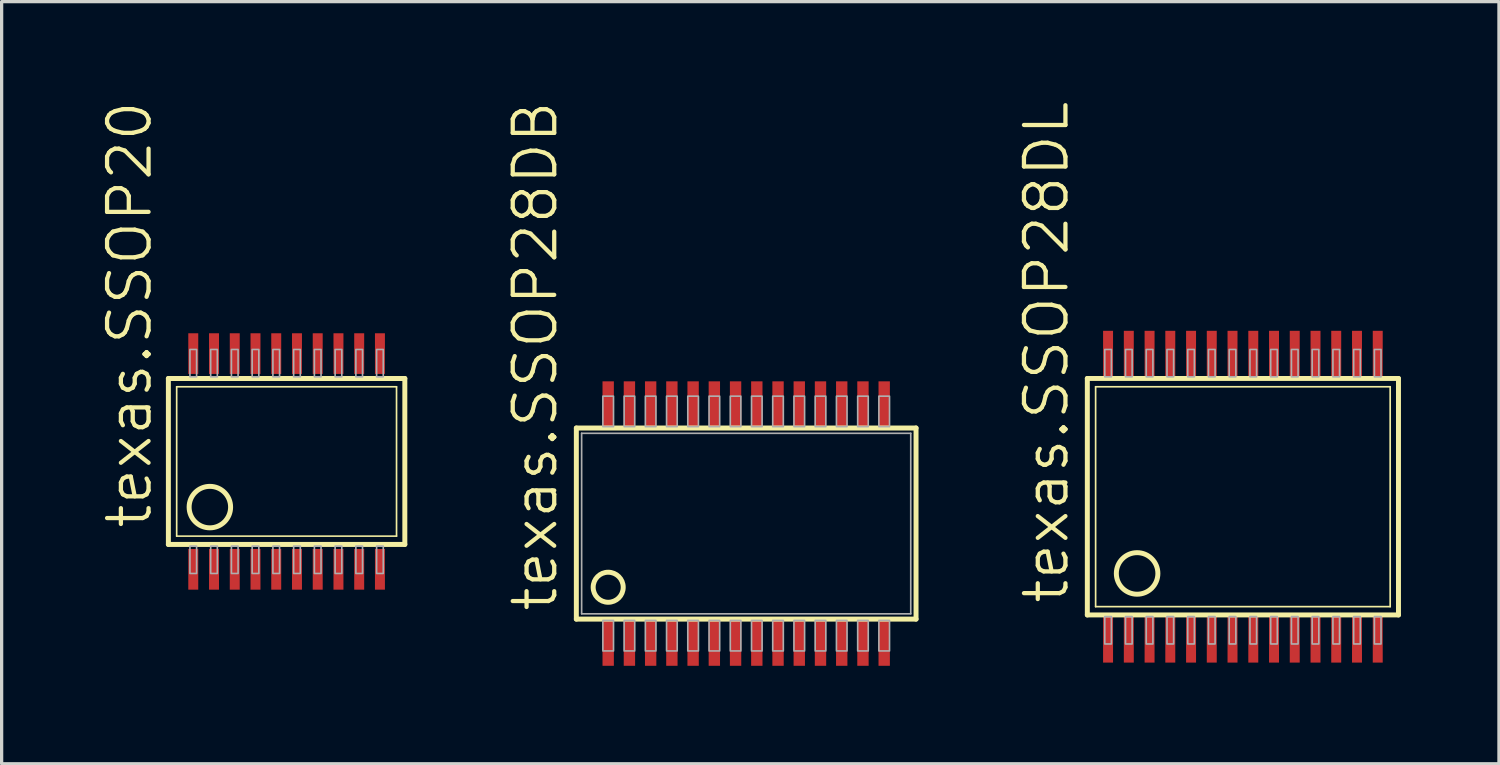
<source format=kicad_pcb>
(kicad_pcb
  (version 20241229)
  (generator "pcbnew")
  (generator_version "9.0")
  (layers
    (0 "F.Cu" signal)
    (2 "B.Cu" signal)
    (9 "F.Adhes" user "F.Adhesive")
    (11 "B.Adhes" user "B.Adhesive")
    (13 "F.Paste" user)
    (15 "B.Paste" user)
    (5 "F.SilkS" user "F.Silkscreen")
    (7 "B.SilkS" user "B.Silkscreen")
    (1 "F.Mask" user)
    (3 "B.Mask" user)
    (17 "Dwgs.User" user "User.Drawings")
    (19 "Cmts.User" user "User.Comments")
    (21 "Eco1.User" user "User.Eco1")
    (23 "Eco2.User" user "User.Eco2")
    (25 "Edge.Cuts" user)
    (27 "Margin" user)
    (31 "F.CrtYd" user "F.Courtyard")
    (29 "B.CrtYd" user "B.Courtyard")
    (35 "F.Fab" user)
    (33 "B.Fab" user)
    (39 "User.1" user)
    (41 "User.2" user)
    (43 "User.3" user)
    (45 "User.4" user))
  (footprint "texas.SSOP28DB"
    (layer "F.Cu")
    (at 19.795 12.979)
    (property "Reference" "texas.SSOP28DB" (at -5.715 2.76 90) (layer "F.SilkS") (effects (font (size 1.27 1.27) (thickness 0.13)) (justify left bottom)))
    (attr smd)
    (fp_line (start -5.2 -2.925) (end 5.2 -2.925) (stroke (width 0.152) (type default)) (layer "F.SilkS"))
    (fp_line (start -5.2 2.925) (end -5.2 -2.925) (stroke (width 0.152) (type default)) (layer "F.SilkS"))
    (fp_line (start 5.2 -2.925) (end 5.2 2.925) (stroke (width 0.152) (type default)) (layer "F.SilkS"))
    (fp_line (start 5.2 2.925) (end -5.2 2.925) (stroke (width 0.152) (type default)) (layer "F.SilkS"))
    (fp_circle (center -4.225 1.95) (end -3.765 1.95) (stroke (width 0.152) (type default)) (fill no) (layer "F.SilkS"))
    (fp_line (start -5.038 -2.763) (end 5.038 -2.763) (stroke (width 0.051) (type default)) (layer "F.Fab"))
    (fp_line (start -5.038 2.763) (end -5.038 -2.763) (stroke (width 0.051) (type default)) (layer "F.Fab"))
    (fp_line (start 5.038 -2.763) (end 5.038 2.763) (stroke (width 0.051) (type default)) (layer "F.Fab"))
    (fp_line (start 5.038 2.763) (end -5.038 2.763) (stroke (width 0.051) (type default)) (layer "F.Fab"))
    (fp_rect (start -4.388 -2.966) (end -4.062 -3.9) (stroke (width 0.05) (type default)) (fill no) (layer "F.Fab"))
    (fp_rect (start -4.388 3.9) (end -4.062 2.966) (stroke (width 0.05) (type default)) (fill no) (layer "F.Fab"))
    (fp_rect (start -3.737 -2.966) (end -3.413 -3.9) (stroke (width 0.05) (type default)) (fill no) (layer "F.Fab"))
    (fp_rect (start -3.737 3.9) (end -3.413 2.966) (stroke (width 0.05) (type default)) (fill no) (layer "F.Fab"))
    (fp_rect (start -3.087 -2.966) (end -2.763 -3.9) (stroke (width 0.05) (type default)) (fill no) (layer "F.Fab"))
    (fp_rect (start -3.087 3.9) (end -2.763 2.966) (stroke (width 0.05) (type default)) (fill no) (layer "F.Fab"))
    (fp_rect (start -2.438 -2.966) (end -2.112 -3.9) (stroke (width 0.05) (type default)) (fill no) (layer "F.Fab"))
    (fp_rect (start -2.438 3.9) (end -2.112 2.966) (stroke (width 0.05) (type default)) (fill no) (layer "F.Fab"))
    (fp_rect (start -1.788 -2.966) (end -1.462 -3.9) (stroke (width 0.05) (type default)) (fill no) (layer "F.Fab"))
    (fp_rect (start -1.788 3.9) (end -1.462 2.966) (stroke (width 0.05) (type default)) (fill no) (layer "F.Fab"))
    (fp_rect (start -1.137 -2.966) (end -0.812 -3.9) (stroke (width 0.05) (type default)) (fill no) (layer "F.Fab"))
    (fp_rect (start -1.137 3.9) (end -0.812 2.966) (stroke (width 0.05) (type default)) (fill no) (layer "F.Fab"))
    (fp_rect (start -0.487 -2.966) (end -0.163 -3.9) (stroke (width 0.05) (type default)) (fill no) (layer "F.Fab"))
    (fp_rect (start -0.487 3.9) (end -0.163 2.966) (stroke (width 0.05) (type default)) (fill no) (layer "F.Fab"))
    (fp_rect (start 0.163 -2.966) (end 0.487 -3.9) (stroke (width 0.05) (type default)) (fill no) (layer "F.Fab"))
    (fp_rect (start 0.163 3.9) (end 0.487 2.966) (stroke (width 0.05) (type default)) (fill no) (layer "F.Fab"))
    (fp_rect (start 0.812 -2.966) (end 1.137 -3.9) (stroke (width 0.05) (type default)) (fill no) (layer "F.Fab"))
    (fp_rect (start 0.812 3.9) (end 1.137 2.966) (stroke (width 0.05) (type default)) (fill no) (layer "F.Fab"))
    (fp_rect (start 1.462 -2.966) (end 1.788 -3.9) (stroke (width 0.05) (type default)) (fill no) (layer "F.Fab"))
    (fp_rect (start 1.462 3.9) (end 1.788 2.966) (stroke (width 0.05) (type default)) (fill no) (layer "F.Fab"))
    (fp_rect (start 2.112 -2.966) (end 2.438 -3.9) (stroke (width 0.05) (type default)) (fill no) (layer "F.Fab"))
    (fp_rect (start 2.112 3.9) (end 2.438 2.966) (stroke (width 0.05) (type default)) (fill no) (layer "F.Fab"))
    (fp_rect (start 2.763 -2.966) (end 3.087 -3.9) (stroke (width 0.05) (type default)) (fill no) (layer "F.Fab"))
    (fp_rect (start 2.763 3.9) (end 3.087 2.966) (stroke (width 0.05) (type default)) (fill no) (layer "F.Fab"))
    (fp_rect (start 3.413 -2.966) (end 3.737 -3.9) (stroke (width 0.05) (type default)) (fill no) (layer "F.Fab"))
    (fp_rect (start 3.413 3.9) (end 3.737 2.966) (stroke (width 0.05) (type default)) (fill no) (layer "F.Fab"))
    (fp_rect (start 4.062 -2.966) (end 4.388 -3.9) (stroke (width 0.05) (type default)) (fill no) (layer "F.Fab"))
    (fp_rect (start 4.062 3.9) (end 4.388 2.966) (stroke (width 0.05) (type default)) (fill no) (layer "F.Fab"))
    (pad "1" smd roundrect (at -4.225 3.656) (size 0.348 1.397) (layers "F.Cu" "F.Mask" "F.Paste") (roundrect_rratio 0.01))
    (pad "2" smd roundrect (at -3.575 3.656) (size 0.348 1.397) (layers "F.Cu" "F.Mask" "F.Paste") (roundrect_rratio 0.01))
    (pad "3" smd roundrect (at -2.925 3.656) (size 0.348 1.397) (layers "F.Cu" "F.Mask" "F.Paste") (roundrect_rratio 0.01))
    (pad "4" smd roundrect (at -2.275 3.656) (size 0.348 1.397) (layers "F.Cu" "F.Mask" "F.Paste") (roundrect_rratio 0.01))
    (pad "5" smd roundrect (at -1.625 3.656) (size 0.348 1.397) (layers "F.Cu" "F.Mask" "F.Paste") (roundrect_rratio 0.01))
    (pad "6" smd roundrect (at -0.975 3.656) (size 0.348 1.397) (layers "F.Cu" "F.Mask" "F.Paste") (roundrect_rratio 0.01))
    (pad "7" smd roundrect (at -0.325 3.656) (size 0.348 1.397) (layers "F.Cu" "F.Mask" "F.Paste") (roundrect_rratio 0.01))
    (pad "8" smd roundrect (at 0.325 3.656) (size 0.348 1.397) (layers "F.Cu" "F.Mask" "F.Paste") (roundrect_rratio 0.01))
    (pad "9" smd roundrect (at 0.975 3.656) (size 0.348 1.397) (layers "F.Cu" "F.Mask" "F.Paste") (roundrect_rratio 0.01))
    (pad "10" smd roundrect (at 1.625 3.656) (size 0.348 1.397) (layers "F.Cu" "F.Mask" "F.Paste") (roundrect_rratio 0.01))
    (pad "11" smd roundrect (at 2.275 3.656) (size 0.348 1.397) (layers "F.Cu" "F.Mask" "F.Paste") (roundrect_rratio 0.01))
    (pad "12" smd roundrect (at 2.925 3.656) (size 0.348 1.397) (layers "F.Cu" "F.Mask" "F.Paste") (roundrect_rratio 0.01))
    (pad "13" smd roundrect (at 3.575 3.656) (size 0.348 1.397) (layers "F.Cu" "F.Mask" "F.Paste") (roundrect_rratio 0.01))
    (pad "14" smd roundrect (at 4.225 3.656) (size 0.348 1.397) (layers "F.Cu" "F.Mask" "F.Paste") (roundrect_rratio 0.01))
    (pad "15" smd roundrect (at 4.225 -3.656) (size 0.348 1.397) (layers "F.Cu" "F.Mask" "F.Paste") (roundrect_rratio 0.01))
    (pad "16" smd roundrect (at 3.575 -3.656) (size 0.348 1.397) (layers "F.Cu" "F.Mask" "F.Paste") (roundrect_rratio 0.01))
    (pad "17" smd roundrect (at 2.925 -3.656) (size 0.348 1.397) (layers "F.Cu" "F.Mask" "F.Paste") (roundrect_rratio 0.01))
    (pad "18" smd roundrect (at 2.275 -3.656) (size 0.348 1.397) (layers "F.Cu" "F.Mask" "F.Paste") (roundrect_rratio 0.01))
    (pad "19" smd roundrect (at 1.625 -3.656) (size 0.348 1.397) (layers "F.Cu" "F.Mask" "F.Paste") (roundrect_rratio 0.01))
    (pad "20" smd roundrect (at 0.975 -3.656) (size 0.348 1.397) (layers "F.Cu" "F.Mask" "F.Paste") (roundrect_rratio 0.01))
    (pad "21" smd roundrect (at 0.325 -3.656) (size 0.348 1.397) (layers "F.Cu" "F.Mask" "F.Paste") (roundrect_rratio 0.01))
    (pad "22" smd roundrect (at -0.325 -3.656) (size 0.348 1.397) (layers "F.Cu" "F.Mask" "F.Paste") (roundrect_rratio 0.01))
    (pad "23" smd roundrect (at -0.975 -3.656) (size 0.348 1.397) (layers "F.Cu" "F.Mask" "F.Paste") (roundrect_rratio 0.01))
    (pad "24" smd roundrect (at -1.625 -3.656) (size 0.348 1.397) (layers "F.Cu" "F.Mask" "F.Paste") (roundrect_rratio 0.01))
    (pad "25" smd roundrect (at -2.275 -3.656) (size 0.348 1.397) (layers "F.Cu" "F.Mask" "F.Paste") (roundrect_rratio 0.01))
    (pad "26" smd roundrect (at -2.925 -3.656) (size 0.348 1.397) (layers "F.Cu" "F.Mask" "F.Paste") (roundrect_rratio 0.01))
    (pad "27" smd roundrect (at -3.575 -3.656) (size 0.348 1.397) (layers "F.Cu" "F.Mask" "F.Paste") (roundrect_rratio 0.01))
    (pad "28" smd roundrect (at -4.225 -3.656) (size 0.348 1.397) (layers "F.Cu" "F.Mask" "F.Paste") (roundrect_rratio 0.01)))
  (footprint "texas.SSOP20"
    (layer "F.Cu")
    (at 5.724 11.078)
    (property "Reference" "texas.SSOP20" (at -4.064 2.12 90) (layer "F.SilkS") (effects (font (size 1.27 1.27) (thickness 0.13)) (justify left bottom)))
    (attr smd)
    (fp_line (start -3.619 2.54) (end -3.619 -2.54) (stroke (width 0.152) (type default)) (layer "F.SilkS"))
    (fp_line (start -3.619 2.54) (end 3.62 2.54) (stroke (width 0.152) (type default)) (layer "F.SilkS"))
    (fp_line (start -3.365 2.286) (end -3.365 -2.286) (stroke (width 0.051) (type default)) (layer "F.SilkS"))
    (fp_line (start -3.365 2.286) (end 3.366 2.286) (stroke (width 0.051) (type default)) (layer "F.SilkS"))
    (fp_line (start 3.366 -2.286) (end -3.365 -2.286) (stroke (width 0.051) (type default)) (layer "F.SilkS"))
    (fp_line (start 3.366 -2.286) (end 3.366 2.286) (stroke (width 0.051) (type default)) (layer "F.SilkS"))
    (fp_line (start 3.62 -2.54) (end -3.619 -2.54) (stroke (width 0.152) (type default)) (layer "F.SilkS"))
    (fp_line (start 3.62 -2.54) (end 3.62 2.54) (stroke (width 0.152) (type default)) (layer "F.SilkS"))
    (fp_circle (center -2.349 1.397) (end -1.714 1.397) (stroke (width 0.152) (type default)) (fill no) (layer "F.SilkS"))
    (fp_rect (start -2.959 -2.591) (end -2.755 -3.429) (stroke (width 0.05) (type default)) (fill no) (layer "F.Fab"))
    (fp_rect (start -2.959 3.429) (end -2.755 2.591) (stroke (width 0.05) (type default)) (fill no) (layer "F.Fab"))
    (fp_rect (start -2.324 -2.591) (end -2.12 -3.429) (stroke (width 0.05) (type default)) (fill no) (layer "F.Fab"))
    (fp_rect (start -2.324 3.429) (end -2.12 2.591) (stroke (width 0.05) (type default)) (fill no) (layer "F.Fab"))
    (fp_rect (start -1.689 -2.591) (end -1.485 -3.429) (stroke (width 0.05) (type default)) (fill no) (layer "F.Fab"))
    (fp_rect (start -1.689 3.429) (end -1.485 2.591) (stroke (width 0.05) (type default)) (fill no) (layer "F.Fab"))
    (fp_rect (start -1.054 -2.591) (end -0.85 -3.429) (stroke (width 0.05) (type default)) (fill no) (layer "F.Fab"))
    (fp_rect (start -1.054 3.429) (end -0.85 2.591) (stroke (width 0.05) (type default)) (fill no) (layer "F.Fab"))
    (fp_rect (start -0.419 -2.591) (end -0.215 -3.429) (stroke (width 0.05) (type default)) (fill no) (layer "F.Fab"))
    (fp_rect (start -0.419 3.429) (end -0.215 2.591) (stroke (width 0.05) (type default)) (fill no) (layer "F.Fab"))
    (fp_rect (start 0.216 -2.591) (end 0.42 -3.429) (stroke (width 0.05) (type default)) (fill no) (layer "F.Fab"))
    (fp_rect (start 0.216 3.429) (end 0.42 2.591) (stroke (width 0.05) (type default)) (fill no) (layer "F.Fab"))
    (fp_rect (start 0.851 -2.591) (end 1.055 -3.429) (stroke (width 0.05) (type default)) (fill no) (layer "F.Fab"))
    (fp_rect (start 0.851 3.429) (end 1.055 2.591) (stroke (width 0.05) (type default)) (fill no) (layer "F.Fab"))
    (fp_rect (start 1.486 -2.591) (end 1.69 -3.429) (stroke (width 0.05) (type default)) (fill no) (layer "F.Fab"))
    (fp_rect (start 1.486 3.429) (end 1.69 2.591) (stroke (width 0.05) (type default)) (fill no) (layer "F.Fab"))
    (fp_rect (start 2.121 -2.591) (end 2.325 -3.429) (stroke (width 0.05) (type default)) (fill no) (layer "F.Fab"))
    (fp_rect (start 2.121 3.429) (end 2.325 2.591) (stroke (width 0.05) (type default)) (fill no) (layer "F.Fab"))
    (fp_rect (start 2.756 -2.591) (end 2.96 -3.429) (stroke (width 0.05) (type default)) (fill no) (layer "F.Fab"))
    (fp_rect (start 2.756 3.429) (end 2.96 2.591) (stroke (width 0.05) (type default)) (fill no) (layer "F.Fab"))
    (pad "1" smd roundrect (at -2.857 3.302) (size 0.305 1.245) (layers "F.Cu" "F.Mask" "F.Paste") (roundrect_rratio 0.01))
    (pad "2" smd roundrect (at -2.222 3.302) (size 0.305 1.245) (layers "F.Cu" "F.Mask" "F.Paste") (roundrect_rratio 0.01))
    (pad "3" smd roundrect (at -1.587 3.302) (size 0.305 1.245) (layers "F.Cu" "F.Mask" "F.Paste") (roundrect_rratio 0.01))
    (pad "4" smd roundrect (at -0.952 3.302) (size 0.305 1.245) (layers "F.Cu" "F.Mask" "F.Paste") (roundrect_rratio 0.01))
    (pad "5" smd roundrect (at -0.317 3.302) (size 0.305 1.245) (layers "F.Cu" "F.Mask" "F.Paste") (roundrect_rratio 0.01))
    (pad "6" smd roundrect (at 0.318 3.302) (size 0.305 1.245) (layers "F.Cu" "F.Mask" "F.Paste") (roundrect_rratio 0.01))
    (pad "7" smd roundrect (at 0.953 3.302) (size 0.305 1.245) (layers "F.Cu" "F.Mask" "F.Paste") (roundrect_rratio 0.01))
    (pad "8" smd roundrect (at 1.588 3.302) (size 0.305 1.245) (layers "F.Cu" "F.Mask" "F.Paste") (roundrect_rratio 0.01))
    (pad "9" smd roundrect (at 2.223 3.302) (size 0.305 1.245) (layers "F.Cu" "F.Mask" "F.Paste") (roundrect_rratio 0.01))
    (pad "10" smd roundrect (at 2.858 3.302) (size 0.305 1.245) (layers "F.Cu" "F.Mask" "F.Paste") (roundrect_rratio 0.01))
    (pad "11" smd roundrect (at 2.858 -3.302) (size 0.305 1.245) (layers "F.Cu" "F.Mask" "F.Paste") (roundrect_rratio 0.01))
    (pad "12" smd roundrect (at 2.223 -3.302) (size 0.305 1.245) (layers "F.Cu" "F.Mask" "F.Paste") (roundrect_rratio 0.01))
    (pad "13" smd roundrect (at 1.588 -3.302) (size 0.305 1.245) (layers "F.Cu" "F.Mask" "F.Paste") (roundrect_rratio 0.01))
    (pad "14" smd roundrect (at 0.953 -3.302) (size 0.305 1.245) (layers "F.Cu" "F.Mask" "F.Paste") (roundrect_rratio 0.01))
    (pad "15" smd roundrect (at 0.318 -3.302) (size 0.305 1.245) (layers "F.Cu" "F.Mask" "F.Paste") (roundrect_rratio 0.01))
    (pad "16" smd roundrect (at -0.317 -3.302) (size 0.305 1.245) (layers "F.Cu" "F.Mask" "F.Paste") (roundrect_rratio 0.01))
    (pad "17" smd roundrect (at -0.952 -3.302) (size 0.305 1.245) (layers "F.Cu" "F.Mask" "F.Paste") (roundrect_rratio 0.01))
    (pad "18" smd roundrect (at -1.587 -3.302) (size 0.305 1.245) (layers "F.Cu" "F.Mask" "F.Paste") (roundrect_rratio 0.01))
    (pad "19" smd roundrect (at -2.222 -3.302) (size 0.305 1.245) (layers "F.Cu" "F.Mask" "F.Paste") (roundrect_rratio 0.01))
    (pad "20" smd roundrect (at -2.857 -3.302) (size 0.305 1.245) (layers "F.Cu" "F.Mask" "F.Paste") (roundrect_rratio 0.01)))
  (footprint "texas.SSOP28DL"
    (layer "F.Cu")
    (at 35.002 12.157)
    (property "Reference" "texas.SSOP28DL" (at -5.271 3.34 90) (layer "F.SilkS") (effects (font (size 1.27 1.27) (thickness 0.13)) (justify left bottom)))
    (attr smd)
    (fp_line (start -4.763 3.62) (end -4.763 -3.62) (stroke (width 0.152) (type default)) (layer "F.SilkS"))
    (fp_line (start -4.763 3.62) (end 4.763 3.62) (stroke (width 0.152) (type default)) (layer "F.SilkS"))
    (fp_line (start -4.509 3.366) (end -4.509 -3.366) (stroke (width 0.051) (type default)) (layer "F.SilkS"))
    (fp_line (start -4.509 3.366) (end 4.509 3.366) (stroke (width 0.051) (type default)) (layer "F.SilkS"))
    (fp_line (start 4.509 -3.366) (end -4.509 -3.366) (stroke (width 0.051) (type default)) (layer "F.SilkS"))
    (fp_line (start 4.509 -3.366) (end 4.509 3.366) (stroke (width 0.051) (type default)) (layer "F.SilkS"))
    (fp_line (start 4.763 -3.62) (end -4.763 -3.62) (stroke (width 0.152) (type default)) (layer "F.SilkS"))
    (fp_line (start 4.763 3.62) (end 4.763 -3.62) (stroke (width 0.152) (type default)) (layer "F.SilkS"))
    (fp_circle (center -3.239 2.349) (end -2.603 2.349) (stroke (width 0.152) (type default)) (fill no) (layer "F.SilkS"))
    (fp_rect (start -4.229 -3.67) (end -4.026 -4.508) (stroke (width 0.05) (type default)) (fill no) (layer "F.Fab"))
    (fp_rect (start -4.229 4.508) (end -4.026 3.67) (stroke (width 0.05) (type default)) (fill no) (layer "F.Fab"))
    (fp_rect (start -3.594 -3.67) (end -3.391 -4.508) (stroke (width 0.05) (type default)) (fill no) (layer "F.Fab"))
    (fp_rect (start -3.594 4.508) (end -3.391 3.67) (stroke (width 0.05) (type default)) (fill no) (layer "F.Fab"))
    (fp_rect (start -2.959 -3.67) (end -2.756 -4.508) (stroke (width 0.05) (type default)) (fill no) (layer "F.Fab"))
    (fp_rect (start -2.959 4.508) (end -2.756 3.67) (stroke (width 0.05) (type default)) (fill no) (layer "F.Fab"))
    (fp_rect (start -2.324 -3.67) (end -2.121 -4.508) (stroke (width 0.05) (type default)) (fill no) (layer "F.Fab"))
    (fp_rect (start -2.324 4.508) (end -2.121 3.67) (stroke (width 0.05) (type default)) (fill no) (layer "F.Fab"))
    (fp_rect (start -1.689 -3.67) (end -1.486 -4.508) (stroke (width 0.05) (type default)) (fill no) (layer "F.Fab"))
    (fp_rect (start -1.689 4.508) (end -1.486 3.67) (stroke (width 0.05) (type default)) (fill no) (layer "F.Fab"))
    (fp_rect (start -1.054 -3.67) (end -0.851 -4.508) (stroke (width 0.05) (type default)) (fill no) (layer "F.Fab"))
    (fp_rect (start -1.054 4.508) (end -0.851 3.67) (stroke (width 0.05) (type default)) (fill no) (layer "F.Fab"))
    (fp_rect (start -0.419 -3.67) (end -0.216 -4.508) (stroke (width 0.05) (type default)) (fill no) (layer "F.Fab"))
    (fp_rect (start -0.419 4.508) (end -0.216 3.67) (stroke (width 0.05) (type default)) (fill no) (layer "F.Fab"))
    (fp_rect (start 0.216 -3.67) (end 0.419 -4.508) (stroke (width 0.05) (type default)) (fill no) (layer "F.Fab"))
    (fp_rect (start 0.216 4.508) (end 0.419 3.67) (stroke (width 0.05) (type default)) (fill no) (layer "F.Fab"))
    (fp_rect (start 0.851 -3.67) (end 1.054 -4.508) (stroke (width 0.05) (type default)) (fill no) (layer "F.Fab"))
    (fp_rect (start 0.851 4.508) (end 1.054 3.67) (stroke (width 0.05) (type default)) (fill no) (layer "F.Fab"))
    (fp_rect (start 1.486 -3.67) (end 1.689 -4.508) (stroke (width 0.05) (type default)) (fill no) (layer "F.Fab"))
    (fp_rect (start 1.486 4.508) (end 1.689 3.67) (stroke (width 0.05) (type default)) (fill no) (layer "F.Fab"))
    (fp_rect (start 2.121 -3.67) (end 2.324 -4.508) (stroke (width 0.05) (type default)) (fill no) (layer "F.Fab"))
    (fp_rect (start 2.121 4.508) (end 2.324 3.67) (stroke (width 0.05) (type default)) (fill no) (layer "F.Fab"))
    (fp_rect (start 2.756 -3.67) (end 2.959 -4.508) (stroke (width 0.05) (type default)) (fill no) (layer "F.Fab"))
    (fp_rect (start 2.756 4.508) (end 2.959 3.67) (stroke (width 0.05) (type default)) (fill no) (layer "F.Fab"))
    (fp_rect (start 3.391 -3.67) (end 3.594 -4.508) (stroke (width 0.05) (type default)) (fill no) (layer "F.Fab"))
    (fp_rect (start 3.391 4.508) (end 3.594 3.67) (stroke (width 0.05) (type default)) (fill no) (layer "F.Fab"))
    (fp_rect (start 4.026 -3.67) (end 4.229 -4.508) (stroke (width 0.05) (type default)) (fill no) (layer "F.Fab"))
    (fp_rect (start 4.026 4.508) (end 4.229 3.67) (stroke (width 0.05) (type default)) (fill no) (layer "F.Fab"))
    (pad "1" smd roundrect (at -4.128 4.381) (size 0.305 1.397) (layers "F.Cu" "F.Mask" "F.Paste") (roundrect_rratio 0.01))
    (pad "2" smd roundrect (at -3.493 4.381) (size 0.305 1.397) (layers "F.Cu" "F.Mask" "F.Paste") (roundrect_rratio 0.01))
    (pad "3" smd roundrect (at -2.857 4.381) (size 0.305 1.397) (layers "F.Cu" "F.Mask" "F.Paste") (roundrect_rratio 0.01))
    (pad "4" smd roundrect (at -2.223 4.381) (size 0.305 1.397) (layers "F.Cu" "F.Mask" "F.Paste") (roundrect_rratio 0.01))
    (pad "5" smd roundrect (at -1.587 4.381) (size 0.305 1.397) (layers "F.Cu" "F.Mask" "F.Paste") (roundrect_rratio 0.01))
    (pad "6" smd roundrect (at -0.953 4.381) (size 0.305 1.397) (layers "F.Cu" "F.Mask" "F.Paste") (roundrect_rratio 0.01))
    (pad "7" smd roundrect (at -0.318 4.381) (size 0.305 1.397) (layers "F.Cu" "F.Mask" "F.Paste") (roundrect_rratio 0.01))
    (pad "8" smd roundrect (at 0.318 4.381) (size 0.305 1.397) (layers "F.Cu" "F.Mask" "F.Paste") (roundrect_rratio 0.01))
    (pad "9" smd roundrect (at 0.953 4.381) (size 0.305 1.397) (layers "F.Cu" "F.Mask" "F.Paste") (roundrect_rratio 0.01))
    (pad "10" smd roundrect (at 1.587 4.381) (size 0.305 1.397) (layers "F.Cu" "F.Mask" "F.Paste") (roundrect_rratio 0.01))
    (pad "11" smd roundrect (at 2.223 4.381) (size 0.305 1.397) (layers "F.Cu" "F.Mask" "F.Paste") (roundrect_rratio 0.01))
    (pad "12" smd roundrect (at 2.857 4.381) (size 0.305 1.397) (layers "F.Cu" "F.Mask" "F.Paste") (roundrect_rratio 0.01))
    (pad "13" smd roundrect (at 3.493 4.381) (size 0.305 1.397) (layers "F.Cu" "F.Mask" "F.Paste") (roundrect_rratio 0.01))
    (pad "14" smd roundrect (at 4.128 4.381) (size 0.305 1.397) (layers "F.Cu" "F.Mask" "F.Paste") (roundrect_rratio 0.01))
    (pad "15" smd roundrect (at 4.128 -4.381) (size 0.305 1.397) (layers "F.Cu" "F.Mask" "F.Paste") (roundrect_rratio 0.01))
    (pad "16" smd roundrect (at 3.493 -4.381) (size 0.305 1.397) (layers "F.Cu" "F.Mask" "F.Paste") (roundrect_rratio 0.01))
    (pad "17" smd roundrect (at 2.857 -4.381) (size 0.305 1.397) (layers "F.Cu" "F.Mask" "F.Paste") (roundrect_rratio 0.01))
    (pad "18" smd roundrect (at 2.223 -4.381) (size 0.305 1.397) (layers "F.Cu" "F.Mask" "F.Paste") (roundrect_rratio 0.01))
    (pad "19" smd roundrect (at 1.587 -4.381) (size 0.305 1.397) (layers "F.Cu" "F.Mask" "F.Paste") (roundrect_rratio 0.01))
    (pad "20" smd roundrect (at 0.953 -4.381) (size 0.305 1.397) (layers "F.Cu" "F.Mask" "F.Paste") (roundrect_rratio 0.01))
    (pad "21" smd roundrect (at 0.318 -4.381) (size 0.305 1.397) (layers "F.Cu" "F.Mask" "F.Paste") (roundrect_rratio 0.01))
    (pad "22" smd roundrect (at -0.318 -4.381) (size 0.305 1.397) (layers "F.Cu" "F.Mask" "F.Paste") (roundrect_rratio 0.01))
    (pad "23" smd roundrect (at -0.953 -4.381) (size 0.305 1.397) (layers "F.Cu" "F.Mask" "F.Paste") (roundrect_rratio 0.01))
    (pad "24" smd roundrect (at -1.587 -4.381) (size 0.305 1.397) (layers "F.Cu" "F.Mask" "F.Paste") (roundrect_rratio 0.01))
    (pad "25" smd roundrect (at -2.223 -4.381) (size 0.305 1.397) (layers "F.Cu" "F.Mask" "F.Paste") (roundrect_rratio 0.01))
    (pad "26" smd roundrect (at -2.857 -4.381) (size 0.305 1.397) (layers "F.Cu" "F.Mask" "F.Paste") (roundrect_rratio 0.01))
    (pad "27" smd roundrect (at -3.493 -4.381) (size 0.305 1.397) (layers "F.Cu" "F.Mask" "F.Paste") (roundrect_rratio 0.01))
    (pad "28" smd roundrect (at -4.128 -4.381) (size 0.305 1.397) (layers "F.Cu" "F.Mask" "F.Paste") (roundrect_rratio 0.01)))
  (gr_rect
    (start -3 -3)
    (end 42.841 20.333)
    (stroke (width 0.1) (type default))
    (fill no)
    (layer "Edge.Cuts")))
</source>
